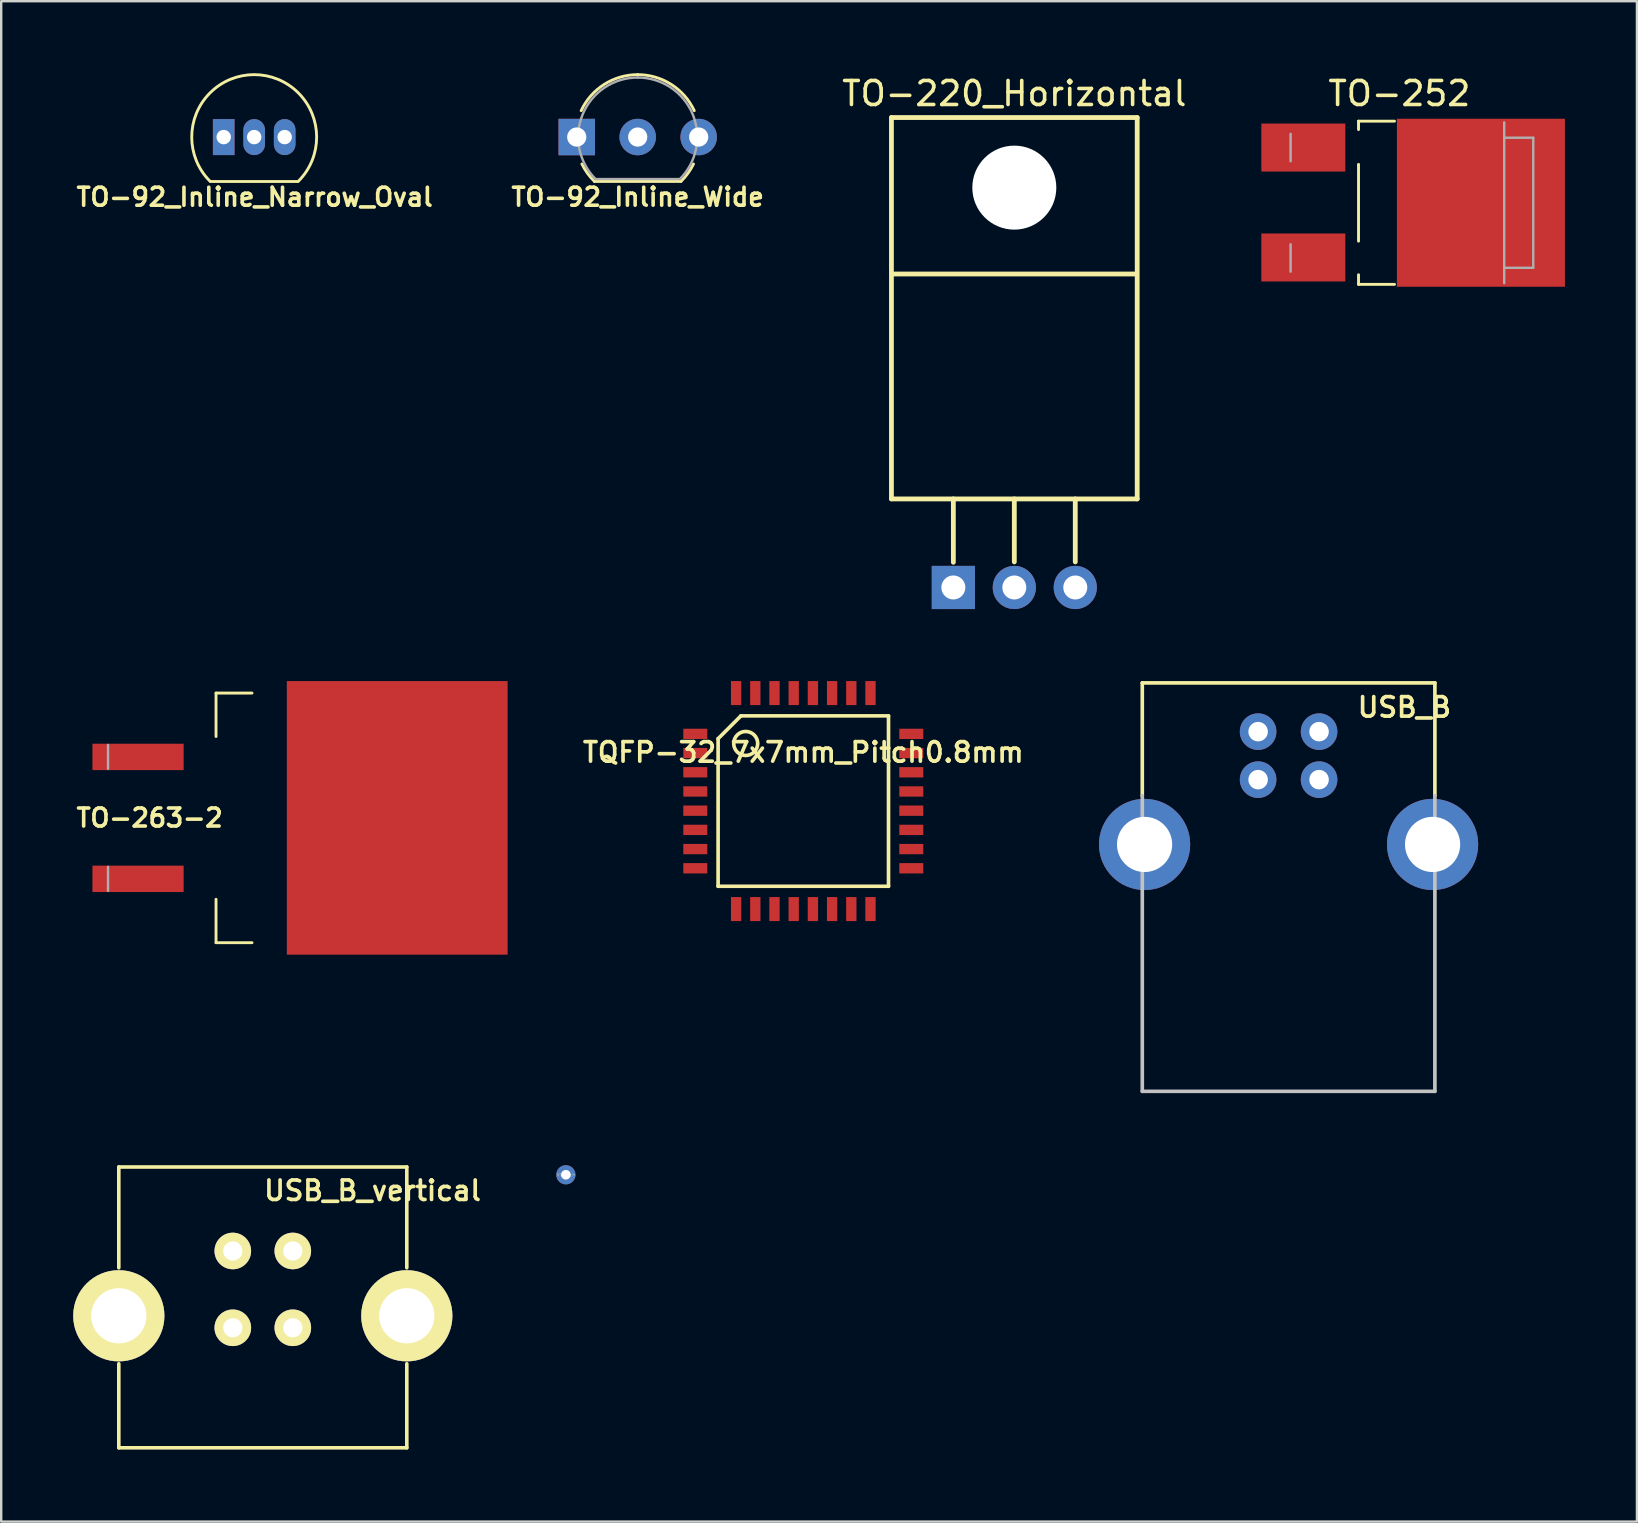
<source format=kicad_pcb>
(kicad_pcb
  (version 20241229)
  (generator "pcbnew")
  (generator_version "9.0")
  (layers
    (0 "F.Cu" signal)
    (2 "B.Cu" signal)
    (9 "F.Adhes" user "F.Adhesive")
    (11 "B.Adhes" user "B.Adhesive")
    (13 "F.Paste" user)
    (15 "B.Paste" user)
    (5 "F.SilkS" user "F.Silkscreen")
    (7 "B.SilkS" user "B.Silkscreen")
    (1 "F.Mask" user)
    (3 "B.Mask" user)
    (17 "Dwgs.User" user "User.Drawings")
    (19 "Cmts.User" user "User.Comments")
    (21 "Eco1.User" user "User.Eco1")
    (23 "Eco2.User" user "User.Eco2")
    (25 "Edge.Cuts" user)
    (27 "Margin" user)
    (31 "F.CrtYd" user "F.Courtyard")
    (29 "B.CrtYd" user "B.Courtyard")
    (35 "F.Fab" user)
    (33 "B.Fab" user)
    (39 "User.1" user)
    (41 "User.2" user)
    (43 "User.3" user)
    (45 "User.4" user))
  (footprint "TO-263-2"
    (layer "F.Cu")
    (at 8.901 31.028)
    (property "Reference" "TO-263-2" (at -5.715 0 0) (layer "F.SilkS") (effects (font (size 0.75 0.75) (thickness 0.15))))
    (attr smd)
    (fp_line (start -2.95 -5.2) (end -2.95 -3.39) (stroke (width 0.12) (type solid)) (layer "F.SilkS"))
    (fp_line (start -2.95 5.2) (end -2.95 3.39) (stroke (width 0.12) (type solid)) (layer "F.SilkS"))
    (fp_line (start -1.45 -5.2) (end -2.95 -5.2) (stroke (width 0.12) (type solid)) (layer "F.SilkS"))
    (fp_line (start -1.45 5.2) (end -2.95 5.2) (stroke (width 0.12) (type solid)) (layer "F.SilkS"))
    (fp_line (start -7.45 -3.04) (end -7.45 -2.04) (stroke (width 0.1) (type solid)) (layer "F.Fab"))
    (fp_line (start -7.45 2.04) (end -7.45 3.04) (stroke (width 0.1) (type solid)) (layer "F.Fab"))
    (pad "1" smd rect (at -6.2 -2.54) (size 3.8 1.1) (layers "F.Cu" "F.Mask" "F.Paste"))
    (pad "2" smd rect (at 4.6 0) (size 9.2 11.4) (layers "F.Cu" "F.Mask" "F.Paste"))
    (pad "3" smd rect (at -6.2 2.54) (size 3.8 1.1) (layers "F.Cu" "F.Mask" "F.Paste")))
  (footprint "TO-220_Horizontal"
    (layer "F.Cu")
    (at 39.213 21.428)
    (property "Reference" "TO-220_Horizontal" (at 0 -20.58 0) (layer "F.SilkS") (effects (font (size 1 1) (thickness 0.15))))
    (attr through_hole)
    (fp_line (start -5.12 -19.58) (end -5.12 -3.69) (stroke (width 0.2) (type solid)) (layer "F.SilkS"))
    (fp_line (start -5.12 -19.58) (end 5.12 -19.58) (stroke (width 0.2) (type solid)) (layer "F.SilkS"))
    (fp_line (start -5.12 -3.69) (end 5.12 -3.69) (stroke (width 0.2) (type solid)) (layer "F.SilkS"))
    (fp_line (start -2.54 -3.69) (end -2.54 -1.05) (stroke (width 0.2) (type solid)) (layer "F.SilkS"))
    (fp_line (start 0 -3.69) (end 0 -1.066) (stroke (width 0.2) (type solid)) (layer "F.SilkS"))
    (fp_line (start 2.54 -3.69) (end 2.54 -1.066) (stroke (width 0.2) (type solid)) (layer "F.SilkS"))
    (fp_line (start 5 -13.06) (end -5 -13.06) (stroke (width 0.2) (type solid)) (layer "F.SilkS"))
    (fp_line (start 5.12 -19.58) (end 5.12 -3.69) (stroke (width 0.2) (type solid)) (layer "F.SilkS"))
    (pad "" np_thru_hole oval (at 0 -16.66) (size 3.5 3.5) (drill 3.5) (layers "*.Cu" "*.Mask"))
    (pad "1" thru_hole rect (at -2.54 0) (size 1.8 1.8) (drill 1) (layers "*.Cu" "*.Mask"))
    (pad "2" thru_hole oval (at 0 0) (size 1.8 1.8) (drill 1) (layers "*.Cu" "*.Mask"))
    (pad "3" thru_hole oval (at 2.54 0) (size 1.8 1.8) (drill 1) (layers "*.Cu" "*.Mask")))
  (footprint "TQFP-32_7x7mm_Pitch0.8mm"
    (layer "F.Cu")
    (at 30.421 30.328)
    (property "Reference" "TQFP-32_7x7mm_Pitch0.8mm" (at 0 -2.032 0) (layer "F.SilkS") (effects (font (size 0.813 0.813) (thickness 0.152))))
    (attr through_hole)
    (fp_line (start -3.55 -2.6) (end -3.55 3.55) (stroke (width 0.152) (type solid)) (layer "F.SilkS"))
    (fp_line (start -3.55 3.55) (end 3.55 3.55) (stroke (width 0.152) (type solid)) (layer "F.SilkS"))
    (fp_line (start -2.6 -3.55) (end -3.55 -2.6) (stroke (width 0.152) (type solid)) (layer "F.SilkS"))
    (fp_line (start -2.6 -3.55) (end 3.55 -3.55) (stroke (width 0.152) (type solid)) (layer "F.SilkS"))
    (fp_line (start 3.55 3.55) (end 3.55 -3.55) (stroke (width 0.152) (type solid)) (layer "F.SilkS"))
    (fp_circle (center -2.4 -2.4) (end -2.4 -1.9) (stroke (width 0.152) (type solid)) (fill no) (layer "F.SilkS"))
    (pad "1" smd rect (at -4.5 -2.8) (size 1 0.43) (layers "F.Cu" "F.Mask" "F.Paste"))
    (pad "2" smd rect (at -4.5 -2) (size 1 0.43) (layers "F.Cu" "F.Mask" "F.Paste"))
    (pad "3" smd rect (at -4.5 -1.2) (size 1 0.43) (layers "F.Cu" "F.Mask" "F.Paste"))
    (pad "4" smd rect (at -4.5 -0.4) (size 1 0.43) (layers "F.Cu" "F.Mask" "F.Paste"))
    (pad "5" smd rect (at -4.5 0.4) (size 1 0.43) (layers "F.Cu" "F.Mask" "F.Paste"))
    (pad "6" smd rect (at -4.5 1.2) (size 1 0.43) (layers "F.Cu" "F.Mask" "F.Paste"))
    (pad "7" smd rect (at -4.5 2) (size 1 0.43) (layers "F.Cu" "F.Mask" "F.Paste"))
    (pad "8" smd rect (at -4.5 2.8) (size 1 0.43) (layers "F.Cu" "F.Mask" "F.Paste"))
    (pad "9" smd rect (at -2.8 4.5) (size 0.43 1) (layers "F.Cu" "F.Mask" "F.Paste"))
    (pad "10" smd rect (at -2 4.5) (size 0.43 1) (layers "F.Cu" "F.Mask" "F.Paste"))
    (pad "11" smd rect (at -1.2 4.5) (size 0.43 1) (layers "F.Cu" "F.Mask" "F.Paste"))
    (pad "12" smd rect (at -0.4 4.5) (size 0.43 1) (layers "F.Cu" "F.Mask" "F.Paste"))
    (pad "13" smd rect (at 0.4 4.5) (size 0.43 1) (layers "F.Cu" "F.Mask" "F.Paste"))
    (pad "14" smd rect (at 1.2 4.5) (size 0.43 1) (layers "F.Cu" "F.Mask" "F.Paste"))
    (pad "15" smd rect (at 2 4.5) (size 0.43 1) (layers "F.Cu" "F.Mask" "F.Paste"))
    (pad "16" smd rect (at 2.8 4.5) (size 0.43 1) (layers "F.Cu" "F.Mask" "F.Paste"))
    (pad "17" smd rect (at 4.5 2.8) (size 1 0.43) (layers "F.Cu" "F.Mask" "F.Paste"))
    (pad "18" smd rect (at 4.5 2) (size 1 0.43) (layers "F.Cu" "F.Mask" "F.Paste"))
    (pad "19" smd rect (at 4.5 1.2) (size 1 0.43) (layers "F.Cu" "F.Mask" "F.Paste"))
    (pad "20" smd rect (at 4.5 0.4) (size 1 0.43) (layers "F.Cu" "F.Mask" "F.Paste"))
    (pad "21" smd rect (at 4.5 -0.4) (size 1 0.43) (layers "F.Cu" "F.Mask" "F.Paste"))
    (pad "22" smd rect (at 4.5 -1.2) (size 1 0.43) (layers "F.Cu" "F.Mask" "F.Paste"))
    (pad "23" smd rect (at 4.5 -2) (size 1 0.43) (layers "F.Cu" "F.Mask" "F.Paste"))
    (pad "24" smd rect (at 4.5 -2.8) (size 1 0.43) (layers "F.Cu" "F.Mask" "F.Paste"))
    (pad "25" smd rect (at 2.8 -4.5) (size 0.43 1) (layers "F.Cu" "F.Mask" "F.Paste"))
    (pad "26" smd rect (at 2 -4.5) (size 0.43 1) (layers "F.Cu" "F.Mask" "F.Paste"))
    (pad "27" smd rect (at 1.2 -4.5) (size 0.43 1) (layers "F.Cu" "F.Mask" "F.Paste"))
    (pad "28" smd rect (at 0.4 -4.5) (size 0.43 1) (layers "F.Cu" "F.Mask" "F.Paste"))
    (pad "29" smd rect (at -0.4 -4.5) (size 0.43 1) (layers "F.Cu" "F.Mask" "F.Paste"))
    (pad "30" smd rect (at -1.2 -4.5) (size 0.43 1) (layers "F.Cu" "F.Mask" "F.Paste"))
    (pad "31" smd rect (at -2 -4.5) (size 0.43 1) (layers "F.Cu" "F.Mask" "F.Paste"))
    (pad "32" smd rect (at -2.8 -4.5) (size 0.43 1) (layers "F.Cu" "F.Mask" "F.Paste")))
  (footprint "TO-92_Inline_Wide"
    (layer "F.Cu")
    (at 23.481 2.66)
    (property "Reference" "TO-92_Inline_Wide" (at 0.04 2.5 180) (layer "F.SilkS") (effects (font (size 0.75 0.75) (thickness 0.15))))
    (attr through_hole)
    (fp_line (start -1.76 1.85) (end 1.84 1.85) (stroke (width 0.12) (type solid)) (layer "F.SilkS"))
    (fp_arc (start -2.3164 -1.098807) (mid -1.356979 -2.192817) (end 0.04 -2.6) (stroke (width 0.12) (type solid)) (layer "F.SilkS"))
    (fp_arc (start -1.76 1.85) (mid -2.053903 1.509328) (end -2.284184 1.122795) (stroke (width 0.12) (type solid)) (layer "F.SilkS"))
    (fp_arc (start 0.04 -2.6) (mid 1.436979 -2.192818) (end 2.3964 -1.098807) (stroke (width 0.12) (type solid)) (layer "F.SilkS"))
    (fp_arc (start 2.364184 1.122795) (mid 2.133903 1.509328) (end 1.84 1.85) (stroke (width 0.12) (type solid)) (layer "F.SilkS"))
    (fp_line (start -1.7 1.75) (end 1.8 1.75) (stroke (width 0.1) (type solid)) (layer "F.Fab"))
    (fp_arc (start -1.713625 1.753625) (mid -2.251221 -0.949055) (end 0.04 -2.48) (stroke (width 0.1) (type solid)) (layer "F.Fab"))
    (fp_arc (start 0.04 -2.48) (mid 2.331221 -0.949055) (end 1.793625 1.753625) (stroke (width 0.1) (type solid)) (layer "F.Fab"))
    (pad "1" thru_hole rect (at -2.5 0 90) (size 1.52 1.52) (drill 0.8) (layers "*.Cu" "*.Mask"))
    (pad "2" thru_hole circle (at 0.04 0 90) (size 1.52 1.52) (drill 0.8) (layers "*.Cu" "*.Mask"))
    (pad "3" thru_hole circle (at 2.58 0 90) (size 1.52 1.52) (drill 0.8) (layers "*.Cu" "*.Mask")))
  (footprint "USB_B"
    (layer "F.Cu")
    (at 50.641 32.135)
    (property "Reference" "USB_B" (at 4.826 -5.715 0) (layer "F.SilkS") (effects (font (size 0.813 0.813) (thickness 0.152))))
    (attr through_hole)
    (fp_line (start -6.096 -6.731) (end -6.096 -2.032) (stroke (width 0.152) (type solid)) (layer "F.SilkS"))
    (fp_line (start 6.096 -6.731) (end -6.096 -6.731) (stroke (width 0.152) (type solid)) (layer "F.SilkS"))
    (fp_line (start 6.096 -6.731) (end 6.096 -2.032) (stroke (width 0.152) (type solid)) (layer "F.SilkS"))
    (fp_line (start -6.096 10.287) (end -6.096 -2.032) (stroke (width 0.152) (type solid)) (layer "Dwgs.User"))
    (fp_line (start -6.096 10.287) (end 6.096 10.287) (stroke (width 0.152) (type solid)) (layer "Dwgs.User"))
    (fp_line (start 6.096 10.287) (end 6.096 -2.032) (stroke (width 0.152) (type solid)) (layer "Dwgs.User"))
    (pad "1" thru_hole circle (at 1.27 -4.7) (size 1.524 1.524) (drill 0.813) (layers "*.Cu" "*.Mask"))
    (pad "2" thru_hole circle (at -1.27 -4.7) (size 1.524 1.524) (drill 0.813) (layers "*.Cu" "*.Mask"))
    (pad "3" thru_hole circle (at -1.27 -2.7) (size 1.524 1.524) (drill 0.813) (layers "*.Cu" "*.Mask"))
    (pad "4" thru_hole circle (at 1.27 -2.7) (size 1.524 1.524) (drill 0.813) (layers "*.Cu" "*.Mask"))
    (pad "5" thru_hole circle (at 6 0) (size 3.8 3.8) (drill 2.3) (layers "*.Cu" "*.Mask"))
    (pad "6" thru_hole circle (at -6 0) (size 3.8 3.8) (drill 2.3) (layers "*.Cu" "*.Mask")))
  (footprint "TO-92_Inline_Narrow_Oval"
    (layer "F.Cu")
    (at 7.541 2.662)
    (property "Reference" "TO-92_Inline_Narrow_Oval" (at 0.02 2.5 0) (layer "F.SilkS") (effects (font (size 0.75 0.75) (thickness 0.15))))
    (attr through_hole)
    (fp_line (start -1.82 1.85) (end 1.82 1.85) (stroke (width 0.12) (type solid)) (layer "F.SilkS"))
    (fp_arc (start -1.84 1.84) (mid 0 -2.602153) (end 1.84 1.84) (stroke (width 0.12) (type solid)) (layer "F.SilkS"))
    (pad "1" thru_hole rect (at -1.27 0 180) (size 0.9 1.5) (drill 0.6) (layers "*.Cu" "*.Mask"))
    (pad "2" thru_hole oval (at 0 0 180) (size 0.9 1.5) (drill 0.6) (layers "*.Cu" "*.Mask"))
    (pad "3" thru_hole oval (at 1.27 0 180) (size 0.9 1.5) (drill 0.6) (layers "*.Cu" "*.Mask")))
  (footprint "USB_B_vertical"
    (layer "F.Cu")
    (at 7.9 52.274)
    (property "Reference" "USB_B_vertical" (at 4.572 -5.715 0) (layer "F.SilkS") (effects (font (size 0.813 0.813) (thickness 0.152))))
    (attr through_hole)
    (fp_line (start -6 -6.7) (end -6 -2.5) (stroke (width 0.15) (type solid)) (layer "F.SilkS"))
    (fp_line (start -6 1.5) (end -6 5) (stroke (width 0.15) (type solid)) (layer "F.SilkS"))
    (fp_line (start -6 5) (end 6 5) (stroke (width 0.15) (type solid)) (layer "F.SilkS"))
    (fp_line (start 6 -6.7) (end -6 -6.7) (stroke (width 0.15) (type solid)) (layer "F.SilkS"))
    (fp_line (start 6 -6.7) (end 6 -2.5) (stroke (width 0.15) (type solid)) (layer "F.SilkS"))
    (fp_line (start 6 5) (end 6 1.5) (stroke (width 0.15) (type solid)) (layer "F.SilkS"))
    (pad "1" thru_hole circle (at 1.25 -3.2) (size 1.524 1.524) (drill 0.8) (layers "*.Cu" "*.Mask" "F.SilkS"))
    (pad "2" thru_hole circle (at -1.25 -3.2) (size 1.524 1.524) (drill 0.8) (layers "*.Cu" "*.Mask" "F.SilkS"))
    (pad "3" thru_hole circle (at -1.25 0) (size 1.524 1.524) (drill 0.8) (layers "*.Cu" "*.Mask" "F.SilkS"))
    (pad "4" thru_hole circle (at 1.25 0) (size 1.524 1.524) (drill 0.8) (layers "*.Cu" "*.Mask" "F.SilkS"))
    (pad "5" thru_hole circle (at -6 -0.5) (size 3.8 3.8) (drill 2.3) (layers "*.Cu" "*.Mask" "F.SilkS"))
    (pad "5" thru_hole circle (at 6 -0.5) (size 3.8 3.8) (drill 2.3) (layers "*.Cu" "*.Mask" "F.SilkS")))
  (footprint "TO-252"
    (layer "F.Cu")
    (at 55.83 5.398)
    (property "Reference" "TO-252" (at -0.575 -4.55 0) (layer "F.SilkS") (effects (font (size 1 1) (thickness 0.15))))
    (attr smd)
    (fp_line (start -2.275 -3.4) (end -0.775 -3.4) (stroke (width 0.12) (type solid)) (layer "F.SilkS"))
    (fp_line (start -2.275 -3.05) (end -2.275 -3.4) (stroke (width 0.12) (type solid)) (layer "F.SilkS"))
    (fp_line (start -2.275 1.6) (end -2.275 -1.6) (stroke (width 0.12) (type solid)) (layer "F.SilkS"))
    (fp_line (start -2.275 3.4) (end -2.275 3) (stroke (width 0.12) (type solid)) (layer "F.SilkS"))
    (fp_line (start -0.775 3.4) (end -2.275 3.4) (stroke (width 0.12) (type solid)) (layer "F.SilkS"))
    (fp_line (start -5.105 -2.87) (end -5.105 -1.73) (stroke (width 0.1) (type solid)) (layer "F.Fab"))
    (fp_line (start -5.105 1.73) (end -5.105 2.87) (stroke (width 0.1) (type solid)) (layer "F.Fab"))
    (fp_line (start 3.795 3.35) (end 3.795 -3.35) (stroke (width 0.1) (type solid)) (layer "F.Fab"))
    (fp_line (start 3.805 -2.71) (end 5.005 -2.71) (stroke (width 0.1) (type solid)) (layer "F.Fab"))
    (fp_line (start 5.005 -2.71) (end 5.005 2.71) (stroke (width 0.1) (type solid)) (layer "F.Fab"))
    (fp_line (start 5.005 2.71) (end 3.795 2.71) (stroke (width 0.1) (type solid)) (layer "F.Fab"))
    (pad "1" smd rect (at -4.575 -2.3) (size 3.5 2) (layers "F.Cu" "F.Mask" "F.Paste"))
    (pad "2" smd rect (at 2.825 0) (size 7 7) (layers "F.Cu" "F.Mask"))
    (pad "3" smd rect (at -4.575 2.28) (size 3.5 2) (layers "F.Cu" "F.Mask" "F.Paste")))
  (footprint "ViaStich"
    (layer "F.Cu")
    (at 20.528 45.899)
    (property "Reference" "ViaStich" (at 0 0 0) (layer "F.SilkS") (effects (font (size 0.127 0.127) (thickness 0.01))))
    (attr through_hole)
    (pad "" thru_hole circle (at 0 0) (size 0.8 0.8) (drill 0.4) (layers "*.Cu" "*.Mask")))
  (gr_rect
    (start -3 -3)
    (end 65.155 60.349)
    (stroke (width 0.1) (type default))
    (fill no)
    (layer "Edge.Cuts")))
</source>
